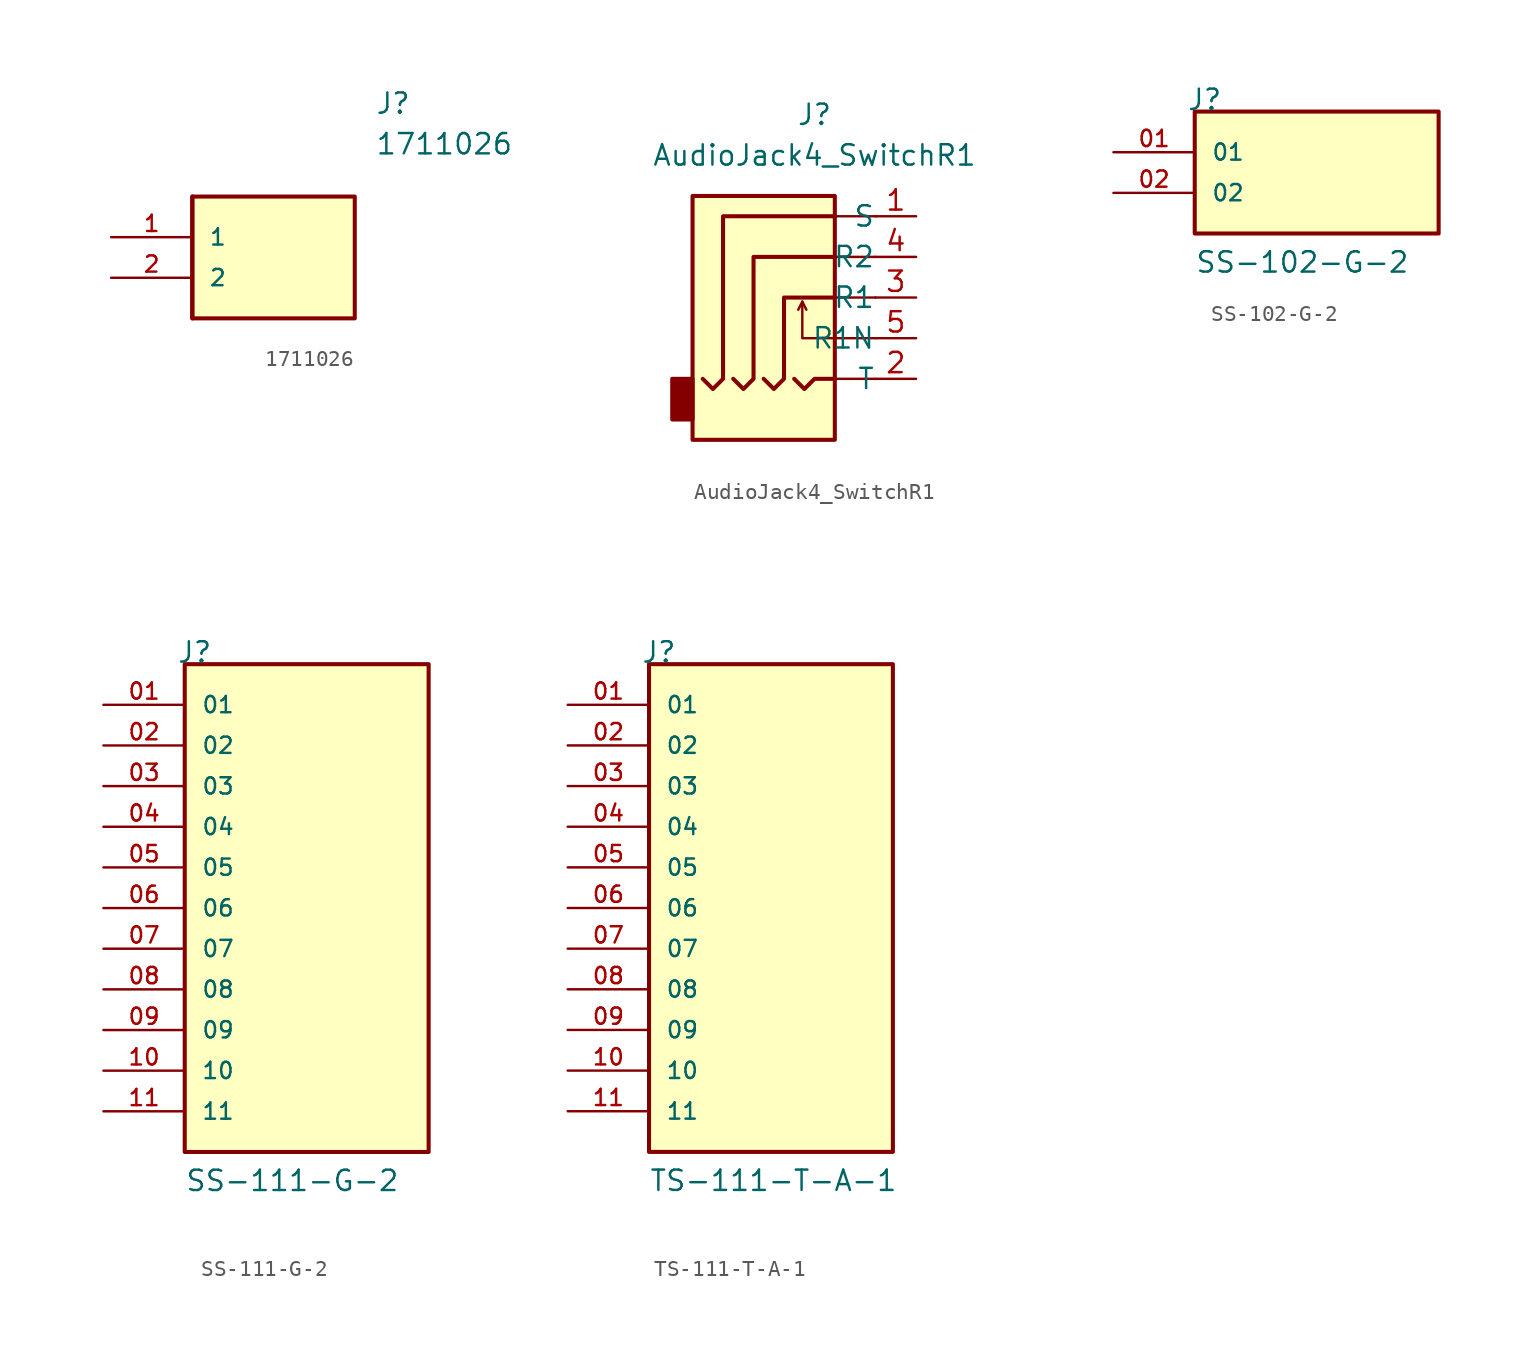
<source format=kicad_sym>
(kicad_symbol_lib
  (version 20220914)
  (generator kicad_symbol_editor)
  (symbol "1711026"
    (pin_names
      (offset 1.016))
    (property "Reference" "J"
      (at 16.51 7.62 0)
      (effects (font (size 1.27 1.27)) (justify left bottom)))
    (property "Value" "1711026"
      (at 16.51 5.08 0)
      (effects (font (size 1.27 1.27)) (justify left bottom)))
    (symbol "1711026_0_0"
      (polyline (pts (xy 5.08 2.54) (xy 5.08 -5.08)) (stroke (width 0.254) (type default)) (fill (type none)))
      (rectangle (start 5.08 -5.08) (end 15.24 2.54) (stroke (width 0.254) (type default)) (fill (type background)))
      (pin bidirectional line (at 0 0 0) (length 5.08) (name "1" (effects (font (size 1.016 1.016)))) (number "1" (effects (font (size 1.016 1.016)))))
      (pin bidirectional line (at 0 -2.54 0) (length 5.08) (name "2" (effects (font (size 1.016 1.016)))) (number "2" (effects (font (size 1.016 1.016)))))))
  (symbol "AudioJack4_SwitchR1"
    (pin_names
      (offset 0.002))
    (property "Reference" "J"
      (at 0 11.43 0)
      (effects (font (size 1.27 1.27))))
    (property "Value" "AudioJack4_SwitchR1"
      (at 0 8.89 0)
      (effects (font (size 1.27 1.27))))
    (symbol "AudioJack4_SwitchR1_0_1"
      (rectangle (start -7.62 -5.08) (end -8.89 -7.62) (stroke (width 0.254) (type default)) (fill (type outline)))
      (rectangle (start -7.62 6.35) (end 1.27 -8.89) (stroke (width 0.254) (type default)) (fill (type background)))
      (polyline (pts (xy 1.27 -5.08) (xy 3.81 -5.08)) (stroke (width 0) (type default)) (fill (type none)))
      (polyline (pts (xy 1.27 2.54) (xy 3.81 2.54)) (stroke (width 0) (type default)) (fill (type none)))
      (polyline (pts (xy 3.81 0) (xy 1.27 0)) (stroke (width 0) (type default)) (fill (type none)))
      (polyline (pts (xy 3.81 5.08) (xy 1.27 5.08)) (stroke (width 0) (type default)) (fill (type none))))
    (symbol "AudioJack4_SwitchR1_1_1"
      (polyline (pts (xy -0.762 -0.254) (xy -0.508 -0.762)) (stroke (width 0) (type default)) (fill (type none)))
      (polyline (pts (xy -1.27 -5.08) (xy -0.635 -5.715) (xy 0 -5.08) (xy 1.27 -5.08)) (stroke (width 0.254) (type default)) (fill (type none)))
      (polyline (pts (xy 3.81 -2.54) (xy -0.762 -2.54) (xy -0.762 -0.254) (xy -1.016 -0.762)) (stroke (width 0) (type default)) (fill (type none)))
      (polyline (pts (xy -3.175 -5.08) (xy -2.54 -5.715) (xy -1.905 -5.08) (xy -1.905 0) (xy 1.27 0)) (stroke (width 0.254) (type default)) (fill (type none)))
      (polyline (pts (xy 1.27 2.54) (xy -3.81 2.54) (xy -3.81 -5.08) (xy -4.445 -5.715) (xy -5.08 -5.08)) (stroke (width 0.254) (type default)) (fill (type none)))
      (polyline (pts (xy 1.27 5.08) (xy -5.715 5.08) (xy -5.715 -5.08) (xy -6.35 -5.715) (xy -6.985 -5.08)) (stroke (width 0.254) (type default)) (fill (type none)))
      (pin passive line (at 6.35 5.08 180) (length 2.54) (name "S" (effects (font (size 1.27 1.27)))) (number "1" (effects (font (size 1.27 1.27)))))
      (pin passive line (at 6.35 -5.08 180) (length 2.54) (name "T" (effects (font (size 1.27 1.27)))) (number "2" (effects (font (size 1.27 1.27)))))
      (pin passive line (at 6.35 0 180) (length 2.54) (name "R1" (effects (font (size 1.27 1.27)))) (number "3" (effects (font (size 1.27 1.27)))))
      (pin passive line (at 6.35 2.54 180) (length 2.54) (name "R2" (effects (font (size 1.27 1.27)))) (number "4" (effects (font (size 1.27 1.27)))))
      (pin passive line (at 6.35 -2.54 180) (length 2.54) (name "R1N" (effects (font (size 1.27 1.27)))) (number "5" (effects (font (size 1.27 1.27)))))))
  (symbol "SS-102-G-2"
    (pin_names
      (offset 1.016))
    (property "Reference" "J"
      (at -8.128 5.08 0)
      (effects (font (size 1.27 1.27)) (justify left bottom)))
    (property "Value" "SS-102-G-2"
      (at -7.62 -5.08 0)
      (effects (font (size 1.27 1.27)) (justify left bottom)))
    (symbol "SS-102-G-2_0_0"
      (rectangle (start -7.62 -2.54) (end 7.62 5.08) (stroke (width 0.254) (type default)) (fill (type background)))
      (pin passive line (at -12.7 2.54 0) (length 5.08) (name "01" (effects (font (size 1.016 1.016)))) (number "01" (effects (font (size 1.016 1.016)))))
      (pin passive line (at -12.7 0 0) (length 5.08) (name "02" (effects (font (size 1.016 1.016)))) (number "02" (effects (font (size 1.016 1.016)))))))
  (symbol "SS-111-G-2"
    (pin_names
      (offset 1.016))
    (property "Reference" "J"
      (at -8.128 15.24 0)
      (effects (font (size 1.27 1.27)) (justify left bottom)))
    (property "Value" "SS-111-G-2"
      (at -7.62 -17.78 0)
      (effects (font (size 1.27 1.27)) (justify left bottom)))
    (symbol "SS-111-G-2_0_0"
      (rectangle (start -7.62 -15.24) (end 7.62 15.24) (stroke (width 0.254) (type default)) (fill (type background)))
      (pin passive line (at -12.7 12.7 0) (length 5.08) (name "01" (effects (font (size 1.016 1.016)))) (number "01" (effects (font (size 1.016 1.016)))))
      (pin passive line (at -12.7 10.16 0) (length 5.08) (name "02" (effects (font (size 1.016 1.016)))) (number "02" (effects (font (size 1.016 1.016)))))
      (pin passive line (at -12.7 7.62 0) (length 5.08) (name "03" (effects (font (size 1.016 1.016)))) (number "03" (effects (font (size 1.016 1.016)))))
      (pin passive line (at -12.7 5.08 0) (length 5.08) (name "04" (effects (font (size 1.016 1.016)))) (number "04" (effects (font (size 1.016 1.016)))))
      (pin passive line (at -12.7 2.54 0) (length 5.08) (name "05" (effects (font (size 1.016 1.016)))) (number "05" (effects (font (size 1.016 1.016)))))
      (pin passive line (at -12.7 0 0) (length 5.08) (name "06" (effects (font (size 1.016 1.016)))) (number "06" (effects (font (size 1.016 1.016)))))
      (pin passive line (at -12.7 -2.54 0) (length 5.08) (name "07" (effects (font (size 1.016 1.016)))) (number "07" (effects (font (size 1.016 1.016)))))
      (pin passive line (at -12.7 -5.08 0) (length 5.08) (name "08" (effects (font (size 1.016 1.016)))) (number "08" (effects (font (size 1.016 1.016)))))
      (pin passive line (at -12.7 -7.62 0) (length 5.08) (name "09" (effects (font (size 1.016 1.016)))) (number "09" (effects (font (size 1.016 1.016)))))
      (pin passive line (at -12.7 -10.16 0) (length 5.08) (name "10" (effects (font (size 1.016 1.016)))) (number "10" (effects (font (size 1.016 1.016)))))
      (pin passive line (at -12.7 -12.7 0) (length 5.08) (name "11" (effects (font (size 1.016 1.016)))) (number "11" (effects (font (size 1.016 1.016)))))))
  (symbol "TS-111-T-A-1"
    (pin_names
      (offset 1.016))
    (property "Reference" "J"
      (at -8.128 15.24 0)
      (effects (font (size 1.27 1.27)) (justify left bottom)))
    (property "Value" "TS-111-T-A-1"
      (at -7.62 -17.78 0)
      (effects (font (size 1.27 1.27)) (justify left bottom)))
    (symbol "TS-111-T-A-1_0_0"
      (rectangle (start -7.62 -15.24) (end 7.62 15.24) (stroke (width 0.254) (type default)) (fill (type background)))
      (pin passive line (at -12.7 12.7 0) (length 5.08) (name "01" (effects (font (size 1.016 1.016)))) (number "01" (effects (font (size 1.016 1.016)))))
      (pin passive line (at -12.7 10.16 0) (length 5.08) (name "02" (effects (font (size 1.016 1.016)))) (number "02" (effects (font (size 1.016 1.016)))))
      (pin passive line (at -12.7 7.62 0) (length 5.08) (name "03" (effects (font (size 1.016 1.016)))) (number "03" (effects (font (size 1.016 1.016)))))
      (pin passive line (at -12.7 5.08 0) (length 5.08) (name "04" (effects (font (size 1.016 1.016)))) (number "04" (effects (font (size 1.016 1.016)))))
      (pin passive line (at -12.7 2.54 0) (length 5.08) (name "05" (effects (font (size 1.016 1.016)))) (number "05" (effects (font (size 1.016 1.016)))))
      (pin passive line (at -12.7 0 0) (length 5.08) (name "06" (effects (font (size 1.016 1.016)))) (number "06" (effects (font (size 1.016 1.016)))))
      (pin passive line (at -12.7 -2.54 0) (length 5.08) (name "07" (effects (font (size 1.016 1.016)))) (number "07" (effects (font (size 1.016 1.016)))))
      (pin passive line (at -12.7 -5.08 0) (length 5.08) (name "08" (effects (font (size 1.016 1.016)))) (number "08" (effects (font (size 1.016 1.016)))))
      (pin passive line (at -12.7 -7.62 0) (length 5.08) (name "09" (effects (font (size 1.016 1.016)))) (number "09" (effects (font (size 1.016 1.016)))))
      (pin passive line (at -12.7 -10.16 0) (length 5.08) (name "10" (effects (font (size 1.016 1.016)))) (number "10" (effects (font (size 1.016 1.016)))))
      (pin passive line (at -12.7 -12.7 0) (length 5.08) (name "11" (effects (font (size 1.016 1.016)))) (number "11" (effects (font (size 1.016 1.016))))))))
</source>
